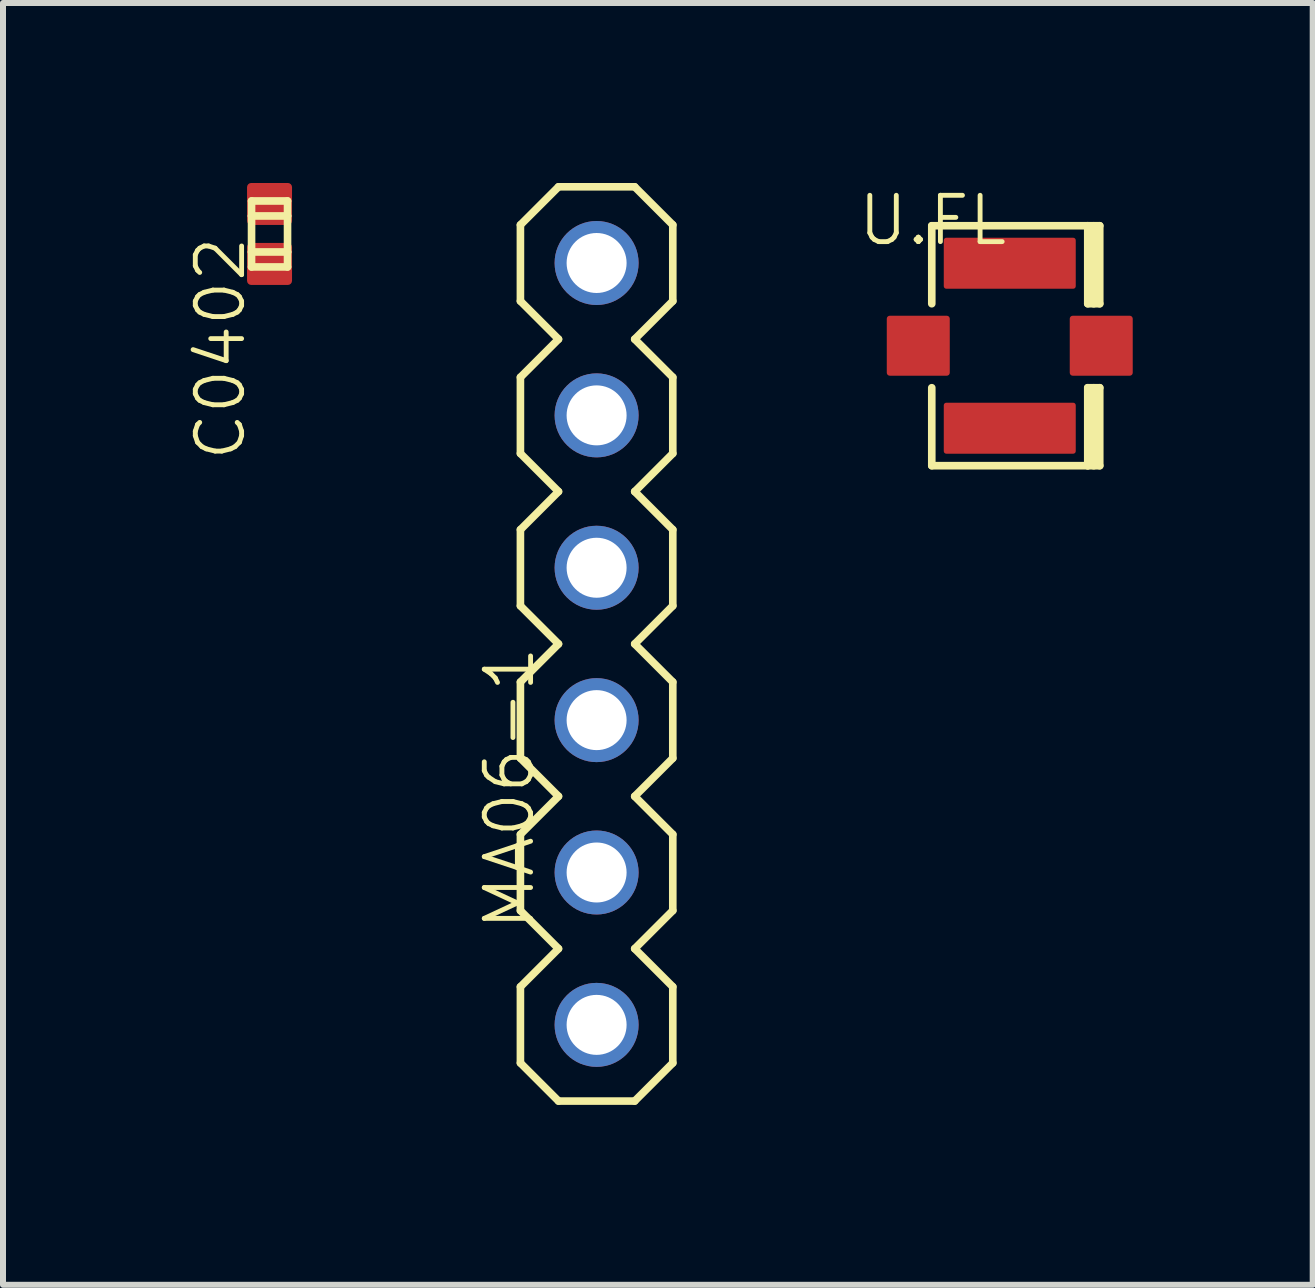
<source format=kicad_pcb>
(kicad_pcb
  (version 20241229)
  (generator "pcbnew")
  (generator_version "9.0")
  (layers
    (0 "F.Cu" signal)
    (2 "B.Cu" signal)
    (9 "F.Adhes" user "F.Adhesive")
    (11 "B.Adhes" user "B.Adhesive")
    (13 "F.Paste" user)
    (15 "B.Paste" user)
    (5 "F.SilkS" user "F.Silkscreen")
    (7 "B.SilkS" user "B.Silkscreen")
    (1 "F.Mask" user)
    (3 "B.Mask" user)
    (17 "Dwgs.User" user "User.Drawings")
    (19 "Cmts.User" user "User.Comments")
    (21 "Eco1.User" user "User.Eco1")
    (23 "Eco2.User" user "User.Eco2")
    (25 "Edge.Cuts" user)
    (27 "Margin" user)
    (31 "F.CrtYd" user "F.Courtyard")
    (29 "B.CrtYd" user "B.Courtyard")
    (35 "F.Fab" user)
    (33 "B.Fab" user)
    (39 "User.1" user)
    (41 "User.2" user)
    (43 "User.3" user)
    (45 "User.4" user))
  (footprint "U.FL"
    (layer "F.Cu")
    (at 13.782 2.713)
    (property "Reference" "U.FL" (at 0 -2.54 0) (layer "F.SilkS") (effects (font (size 0.772 0.772) (thickness 0.081)) (justify right top)))
    (attr through_hole)
    (fp_line (start -1.3 -0.7) (end -1.3 -2) (stroke (width 0.127) (type solid)) (layer "F.SilkS"))
    (fp_line (start -1.3 2) (end -1.3 0.7) (stroke (width 0.127) (type solid)) (layer "F.SilkS"))
    (fp_line (start -1.3 2) (end 1.3 2) (stroke (width 0.127) (type solid)) (layer "F.SilkS"))
    (fp_line (start 1.3 -2) (end -1.3 -2) (stroke (width 0.127) (type solid)) (layer "F.SilkS"))
    (fp_line (start 1.3 -0.7) (end 1.3 -2) (stroke (width 0.127) (type solid)) (layer "F.SilkS"))
    (fp_line (start 1.3 2) (end 1.3 0.7) (stroke (width 0.127) (type solid)) (layer "F.SilkS"))
    (fp_line (start 1.4 -0.7) (end 1.4 -2) (stroke (width 0.127) (type solid)) (layer "F.SilkS"))
    (fp_line (start 1.4 2) (end 1.4 0.7) (stroke (width 0.127) (type solid)) (layer "F.SilkS"))
    (fp_line (start 1.5 -2) (end 1.3 -2) (stroke (width 0.127) (type solid)) (layer "F.SilkS"))
    (fp_line (start 1.5 -0.7) (end 1.3 -0.7) (stroke (width 0.127) (type solid)) (layer "F.SilkS"))
    (fp_line (start 1.5 -0.7) (end 1.5 -2) (stroke (width 0.127) (type solid)) (layer "F.SilkS"))
    (fp_line (start 1.5 0.7) (end 1.3 0.7) (stroke (width 0.127) (type solid)) (layer "F.SilkS"))
    (fp_line (start 1.5 2) (end 1.3 2) (stroke (width 0.127) (type solid)) (layer "F.SilkS"))
    (fp_line (start 1.5 2) (end 1.5 0.7) (stroke (width 0.127) (type solid)) (layer "F.SilkS"))
    (pad "1" smd roundrect (at 0 -1.375) (size 2.2 0.85) (layers "F.Cu" "F.Mask" "F.Paste") (roundrect_rratio 0.05))
    (pad "2" smd roundrect (at 0 1.375) (size 2.2 0.85) (layers "F.Cu" "F.Mask" "F.Paste") (roundrect_rratio 0.05))
    (pad "FEED" smd roundrect (at 1.525 0) (size 1.05 1) (layers "F.Cu" "F.Mask" "F.Paste") (roundrect_rratio 0.05))
    (pad "NC" smd roundrect (at -1.525 0) (size 1.05 1) (layers "F.Cu" "F.Mask" "F.Paste") (roundrect_rratio 0.05)))
  (footprint "C0402"
    (layer "F.Cu")
    (at 1.443 0.85)
    (property "Reference" "C0402" (at -1.27 0 90) (layer "F.SilkS") (effects (font (size 0.772 0.772) (thickness 0.081)) (justify right top)))
    (attr through_hole)
    (fp_line (start -0.3 -0.55) (end -0.3 -0.3) (stroke (width 0.127) (type solid)) (layer "F.SilkS"))
    (fp_line (start -0.3 -0.55) (end 0.3 -0.55) (stroke (width 0.127) (type solid)) (layer "F.SilkS"))
    (fp_line (start -0.3 -0.3) (end -0.3 0.3) (stroke (width 0.127) (type solid)) (layer "F.SilkS"))
    (fp_line (start -0.3 -0.3) (end 0.3 -0.3) (stroke (width 0.127) (type solid)) (layer "F.SilkS"))
    (fp_line (start -0.3 0.3) (end -0.3 0.55) (stroke (width 0.127) (type solid)) (layer "F.SilkS"))
    (fp_line (start -0.3 0.3) (end 0.3 0.3) (stroke (width 0.127) (type solid)) (layer "F.SilkS"))
    (fp_line (start -0.3 0.55) (end 0.3 0.55) (stroke (width 0.127) (type solid)) (layer "F.SilkS"))
    (fp_line (start 0.3 -0.55) (end 0.3 -0.3) (stroke (width 0.127) (type solid)) (layer "F.SilkS"))
    (fp_line (start 0.3 -0.3) (end 0.3 0.3) (stroke (width 0.127) (type solid)) (layer "F.SilkS"))
    (fp_line (start 0.3 0.3) (end 0.3 0.55) (stroke (width 0.127) (type solid)) (layer "F.SilkS"))
    (pad "1" smd roundrect (at 0 -0.5) (size 0.75 0.7) (layers "F.Cu" "F.Mask" "F.Paste") (roundrect_rratio 0.1))
    (pad "2" smd roundrect (at 0 0.5) (size 0.75 0.7) (layers "F.Cu" "F.Mask" "F.Paste") (roundrect_rratio 0.1)))
  (footprint "MA06-1"
    (layer "F.Cu")
    (at 6.895 7.684)
    (property "Reference" "MA06-1" (at -1.905 0 90) (layer "F.SilkS") (effects (font (size 0.772 0.772) (thickness 0.081)) (justify right top)))
    (attr through_hole)
    (fp_line (start -1.27 -5.715) (end -1.27 -6.985) (stroke (width 0.127) (type solid)) (layer "F.SilkS"))
    (fp_line (start -1.27 -4.445) (end -0.635 -5.08) (stroke (width 0.127) (type solid)) (layer "F.SilkS"))
    (fp_line (start -1.27 -3.175) (end -1.27 -4.445) (stroke (width 0.127) (type solid)) (layer "F.SilkS"))
    (fp_line (start -1.27 -1.905) (end -0.635 -2.54) (stroke (width 0.127) (type solid)) (layer "F.SilkS"))
    (fp_line (start -1.27 -0.635) (end -1.27 -1.905) (stroke (width 0.127) (type solid)) (layer "F.SilkS"))
    (fp_line (start -1.27 1.905) (end -1.27 0.635) (stroke (width 0.127) (type solid)) (layer "F.SilkS"))
    (fp_line (start -1.27 3.175) (end -0.635 2.54) (stroke (width 0.127) (type solid)) (layer "F.SilkS"))
    (fp_line (start -1.27 4.445) (end -1.27 3.175) (stroke (width 0.127) (type solid)) (layer "F.SilkS"))
    (fp_line (start -1.27 5.715) (end -0.635 5.08) (stroke (width 0.127) (type solid)) (layer "F.SilkS"))
    (fp_line (start -1.27 6.985) (end -1.27 5.715) (stroke (width 0.127) (type solid)) (layer "F.SilkS"))
    (fp_line (start -0.635 -7.62) (end -1.27 -6.985) (stroke (width 0.127) (type solid)) (layer "F.SilkS"))
    (fp_line (start -0.635 -5.08) (end -1.27 -5.715) (stroke (width 0.127) (type solid)) (layer "F.SilkS"))
    (fp_line (start -0.635 -2.54) (end -1.27 -3.175) (stroke (width 0.127) (type solid)) (layer "F.SilkS"))
    (fp_line (start -0.635 0) (end -1.27 -0.635) (stroke (width 0.127) (type solid)) (layer "F.SilkS"))
    (fp_line (start -0.635 0) (end -1.27 0.635) (stroke (width 0.127) (type solid)) (layer "F.SilkS"))
    (fp_line (start -0.635 2.54) (end -1.27 1.905) (stroke (width 0.127) (type solid)) (layer "F.SilkS"))
    (fp_line (start -0.635 5.08) (end -1.27 4.445) (stroke (width 0.127) (type solid)) (layer "F.SilkS"))
    (fp_line (start -0.635 7.62) (end -1.27 6.985) (stroke (width 0.127) (type solid)) (layer "F.SilkS"))
    (fp_line (start 0.635 -7.62) (end -0.635 -7.62) (stroke (width 0.127) (type solid)) (layer "F.SilkS"))
    (fp_line (start 0.635 -5.08) (end 1.27 -4.445) (stroke (width 0.127) (type solid)) (layer "F.SilkS"))
    (fp_line (start 0.635 -2.54) (end 1.27 -1.905) (stroke (width 0.127) (type solid)) (layer "F.SilkS"))
    (fp_line (start 0.635 2.54) (end 1.27 3.175) (stroke (width 0.127) (type solid)) (layer "F.SilkS"))
    (fp_line (start 0.635 5.08) (end 1.27 5.715) (stroke (width 0.127) (type solid)) (layer "F.SilkS"))
    (fp_line (start 0.635 7.62) (end -0.635 7.62) (stroke (width 0.127) (type solid)) (layer "F.SilkS"))
    (fp_line (start 1.27 -6.985) (end 0.635 -7.62) (stroke (width 0.127) (type solid)) (layer "F.SilkS"))
    (fp_line (start 1.27 -6.985) (end 1.27 -5.715) (stroke (width 0.127) (type solid)) (layer "F.SilkS"))
    (fp_line (start 1.27 -5.715) (end 0.635 -5.08) (stroke (width 0.127) (type solid)) (layer "F.SilkS"))
    (fp_line (start 1.27 -4.445) (end 1.27 -3.175) (stroke (width 0.127) (type solid)) (layer "F.SilkS"))
    (fp_line (start 1.27 -3.175) (end 0.635 -2.54) (stroke (width 0.127) (type solid)) (layer "F.SilkS"))
    (fp_line (start 1.27 -1.905) (end 1.27 -0.635) (stroke (width 0.127) (type solid)) (layer "F.SilkS"))
    (fp_line (start 1.27 -0.635) (end 0.635 0) (stroke (width 0.127) (type solid)) (layer "F.SilkS"))
    (fp_line (start 1.27 0.635) (end 0.635 0) (stroke (width 0.127) (type solid)) (layer "F.SilkS"))
    (fp_line (start 1.27 0.635) (end 1.27 1.905) (stroke (width 0.127) (type solid)) (layer "F.SilkS"))
    (fp_line (start 1.27 1.905) (end 0.635 2.54) (stroke (width 0.127) (type solid)) (layer "F.SilkS"))
    (fp_line (start 1.27 3.175) (end 1.27 4.445) (stroke (width 0.127) (type solid)) (layer "F.SilkS"))
    (fp_line (start 1.27 4.445) (end 0.635 5.08) (stroke (width 0.127) (type solid)) (layer "F.SilkS"))
    (fp_line (start 1.27 5.715) (end 1.27 6.985) (stroke (width 0.127) (type solid)) (layer "F.SilkS"))
    (fp_line (start 1.27 6.985) (end 0.635 7.62) (stroke (width 0.127) (type solid)) (layer "F.SilkS"))
    (pad "1" thru_hole circle (at 0 -6.35) (size 1.4 1.4) (drill 1) (layers "*.Cu" "*.Mask"))
    (pad "2" thru_hole circle (at 0 -3.81) (size 1.4 1.4) (drill 1) (layers "*.Cu" "*.Mask"))
    (pad "3" thru_hole circle (at 0 -1.27) (size 1.4 1.4) (drill 1) (layers "*.Cu" "*.Mask"))
    (pad "4" thru_hole circle (at 0 1.27) (size 1.4 1.4) (drill 1) (layers "*.Cu" "*.Mask"))
    (pad "5" thru_hole circle (at 0 3.81) (size 1.4 1.4) (drill 1) (layers "*.Cu" "*.Mask"))
    (pad "6" thru_hole circle (at 0 6.35) (size 1.4 1.4) (drill 1) (layers "*.Cu" "*.Mask")))
  (gr_rect
    (start -3 -3)
    (end 18.832 18.367)
    (stroke (width 0.1) (type default))
    (fill no)
    (layer "Edge.Cuts")))
</source>
